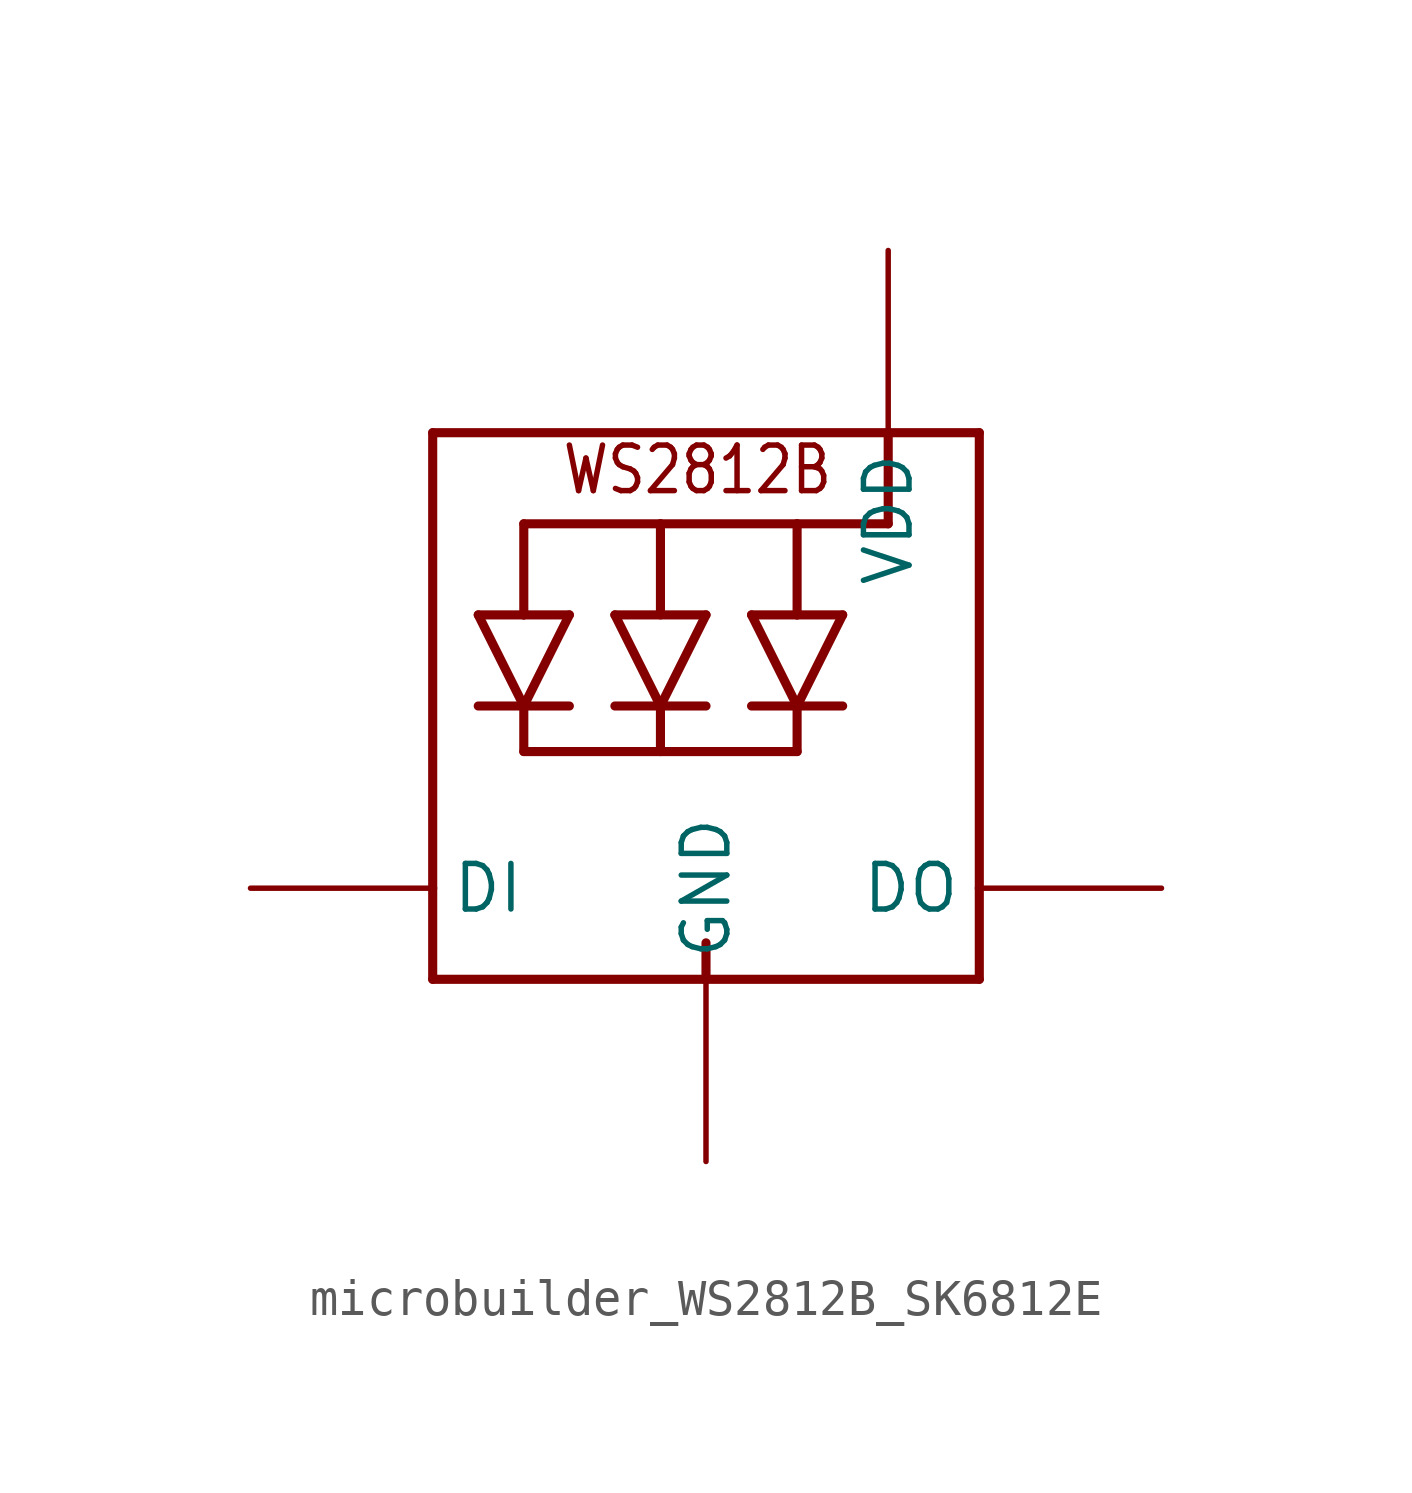
<source format=kicad_sym>
(kicad_symbol_lib
  (version 20231120)
  (generator "kicad_symbol_editor")
  (generator_version "8.0")
  (symbol "microbuilder_WS2812B_SK6812E"
    (property "Reference" "LED"
      (at 0 0 0)
      (effects (font (size 1.27 1.27)) (hide yes)))
    (property "ki_locked" ""
      (at 0 0 0)
      (effects (font (size 1.27 1.27))))
    (symbol "microbuilder_WS2812B_SK6812E_1_0"
      (polyline (pts (xy -7.62 -5.08) (xy 0 -5.08)) (stroke (width 0.254) (type solid)) (fill (type none)))
      (polyline (pts (xy -7.62 -2.54) (xy -7.62 -5.08)) (stroke (width 0.254) (type solid)) (fill (type none)))
      (polyline (pts (xy -7.62 10.16) (xy -7.62 -2.54)) (stroke (width 0.254) (type solid)) (fill (type none)))
      (polyline (pts (xy -6.35 2.54) (xy -5.08 2.54)) (stroke (width 0.254) (type solid)) (fill (type none)))
      (polyline (pts (xy -6.35 5.08) (xy -5.08 5.08)) (stroke (width 0.254) (type solid)) (fill (type none)))
      (polyline (pts (xy -5.08 2.54) (xy -6.35 5.08)) (stroke (width 0.254) (type solid)) (fill (type none)))
      (polyline (pts (xy -5.08 2.54) (xy -5.08 1.27)) (stroke (width 0.254) (type solid)) (fill (type none)))
      (polyline (pts (xy -5.08 2.54) (xy -3.81 5.08)) (stroke (width 0.254) (type solid)) (fill (type none)))
      (polyline (pts (xy -5.08 5.08) (xy -3.81 5.08)) (stroke (width 0.254) (type solid)) (fill (type none)))
      (polyline (pts (xy -5.08 7.62) (xy -5.08 5.08)) (stroke (width 0.254) (type solid)) (fill (type none)))
      (polyline (pts (xy -3.81 2.54) (xy -5.08 2.54)) (stroke (width 0.254) (type solid)) (fill (type none)))
      (polyline (pts (xy -2.54 2.54) (xy -1.27 2.54)) (stroke (width 0.254) (type solid)) (fill (type none)))
      (polyline (pts (xy -2.54 5.08) (xy 0 5.08)) (stroke (width 0.254) (type solid)) (fill (type none)))
      (polyline (pts (xy -1.27 1.27) (xy -5.08 1.27)) (stroke (width 0.254) (type solid)) (fill (type none)))
      (polyline (pts (xy -1.27 2.54) (xy -2.54 5.08)) (stroke (width 0.254) (type solid)) (fill (type none)))
      (polyline (pts (xy -1.27 2.54) (xy -1.27 1.27)) (stroke (width 0.254) (type solid)) (fill (type none)))
      (polyline (pts (xy -1.27 2.54) (xy 0 2.54)) (stroke (width 0.254) (type solid)) (fill (type none)))
      (polyline (pts (xy -1.27 5.08) (xy -1.27 7.62)) (stroke (width 0.254) (type solid)) (fill (type none)))
      (polyline (pts (xy -1.27 7.62) (xy -5.08 7.62)) (stroke (width 0.254) (type solid)) (fill (type none)))
      (polyline (pts (xy 0 -5.08) (xy 7.62 -5.08)) (stroke (width 0.254) (type solid)) (fill (type none)))
      (polyline (pts (xy 0 -4.064) (xy 0 -5.08)) (stroke (width 0.254) (type solid)) (fill (type none)))
      (polyline (pts (xy 0 5.08) (xy -1.27 2.54)) (stroke (width 0.254) (type solid)) (fill (type none)))
      (polyline (pts (xy 1.27 5.08) (xy 2.54 2.54)) (stroke (width 0.254) (type solid)) (fill (type none)))
      (polyline (pts (xy 1.27 5.08) (xy 2.54 5.08)) (stroke (width 0.254) (type solid)) (fill (type none)))
      (polyline (pts (xy 2.54 1.27) (xy -1.27 1.27)) (stroke (width 0.254) (type solid)) (fill (type none)))
      (polyline (pts (xy 2.54 2.54) (xy 1.27 2.54)) (stroke (width 0.254) (type solid)) (fill (type none)))
      (polyline (pts (xy 2.54 2.54) (xy 2.54 1.27)) (stroke (width 0.254) (type solid)) (fill (type none)))
      (polyline (pts (xy 2.54 2.54) (xy 3.81 2.54)) (stroke (width 0.254) (type solid)) (fill (type none)))
      (polyline (pts (xy 2.54 2.54) (xy 3.81 5.08)) (stroke (width 0.254) (type solid)) (fill (type none)))
      (polyline (pts (xy 2.54 5.08) (xy 2.54 7.62)) (stroke (width 0.254) (type solid)) (fill (type none)))
      (polyline (pts (xy 2.54 7.62) (xy -1.27 7.62)) (stroke (width 0.254) (type solid)) (fill (type none)))
      (polyline (pts (xy 2.54 7.62) (xy 5.08 7.62)) (stroke (width 0.254) (type solid)) (fill (type none)))
      (polyline (pts (xy 3.81 5.08) (xy 2.54 5.08)) (stroke (width 0.254) (type solid)) (fill (type none)))
      (polyline (pts (xy 5.08 10.16) (xy -7.62 10.16)) (stroke (width 0.254) (type solid)) (fill (type none)))
      (polyline (pts (xy 5.08 10.16) (xy 5.08 7.62)) (stroke (width 0.254) (type solid)) (fill (type none)))
      (polyline (pts (xy 7.62 -5.08) (xy 7.62 -2.54)) (stroke (width 0.254) (type solid)) (fill (type none)))
      (polyline (pts (xy 7.62 -2.54) (xy 7.62 10.16)) (stroke (width 0.254) (type solid)) (fill (type none)))
      (polyline (pts (xy 7.62 10.16) (xy 5.08 10.16)) (stroke (width 0.254) (type solid)) (fill (type none)))
      (text "WS2812B" (at -4.064 8.382 0) (effects (font (size 1.27 1.079)) (justify left bottom)))
      (pin power_in line (at 5.08 15.24 270) (length 5.08) (name "VDD" (effects (font (size 1.27 1.27)))) (number "1-VDD" (effects (font (size 0 0)))))
      (pin output line (at 12.7 -2.54 180) (length 5.08) (name "DO" (effects (font (size 1.27 1.27)))) (number "2-DOUT" (effects (font (size 0 0)))))
      (pin power_in line (at 0 -10.16 90) (length 5.08) (name "GND" (effects (font (size 1.27 1.27)))) (number "3-GND" (effects (font (size 0 0)))))
      (pin input line (at -12.7 -2.54 0) (length 5.08) (name "DI" (effects (font (size 1.27 1.27)))) (number "4-DIN" (effects (font (size 0 0))))))))
</source>
